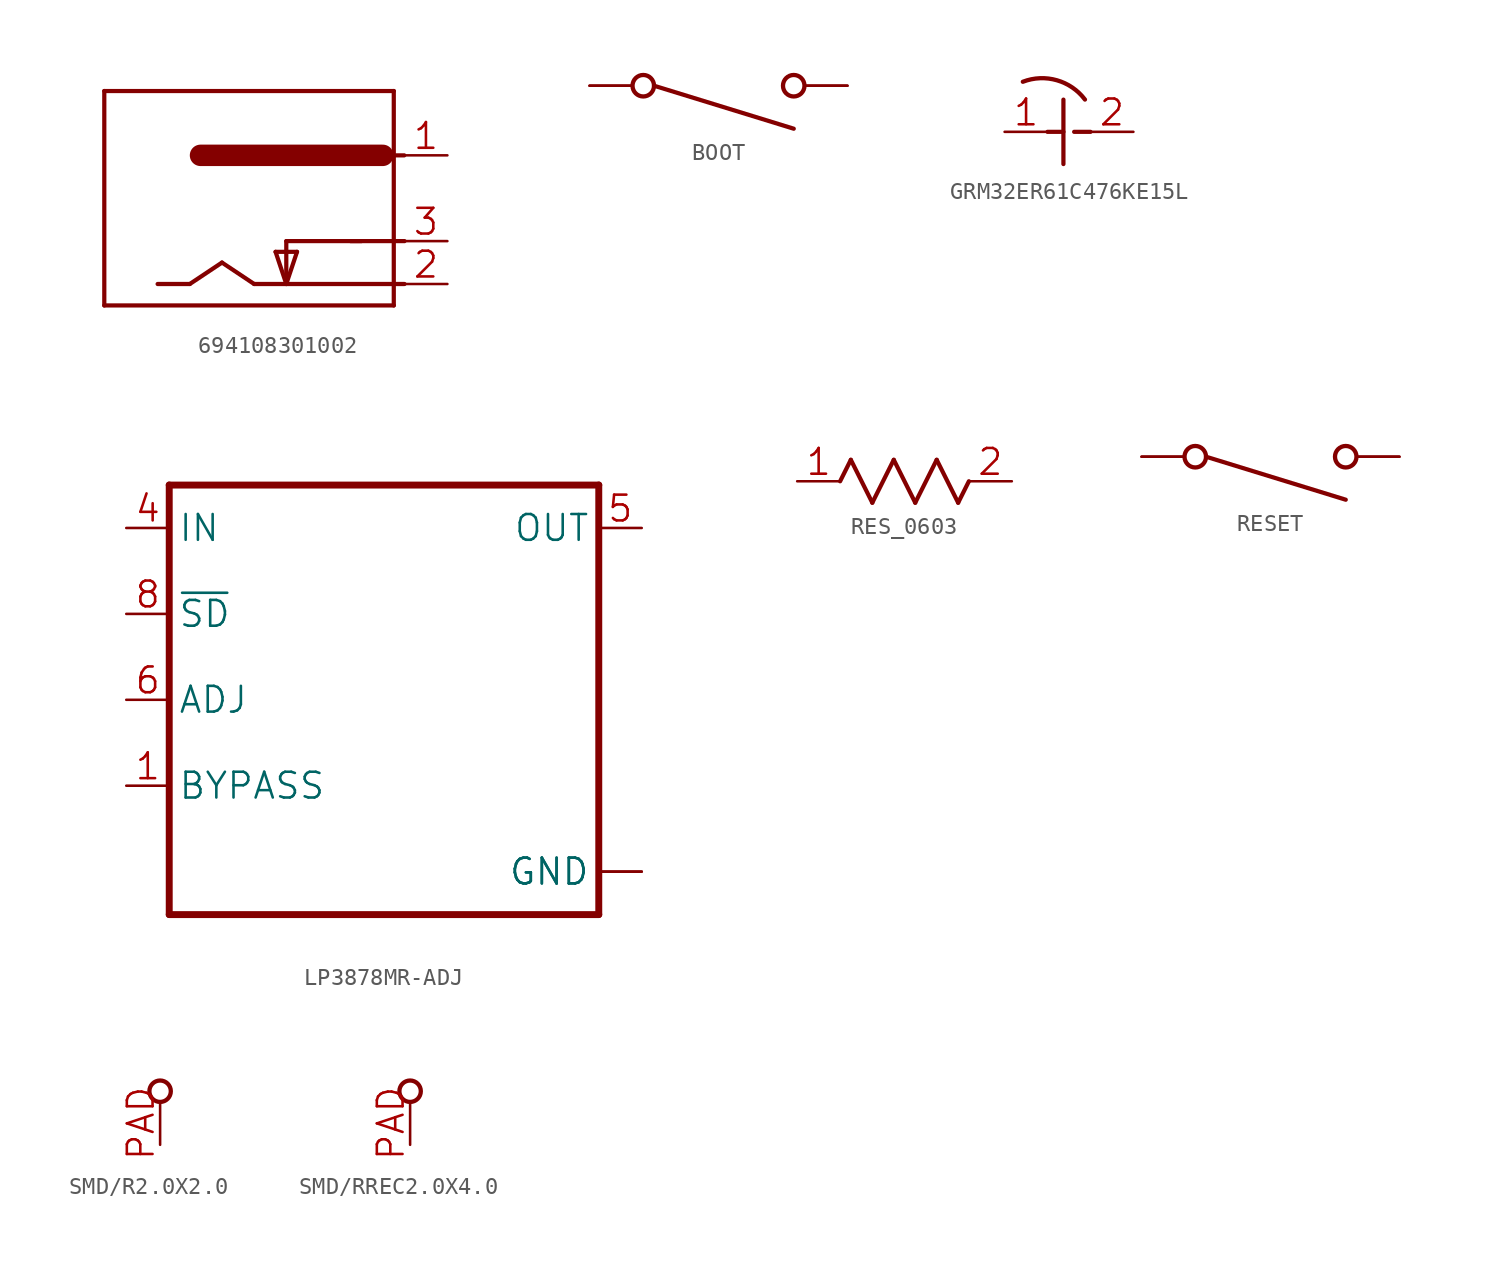
<source format=kicad_sym>
(kicad_symbol_lib
  (version 20241209)
  (generator "kicad_symbol_editor")
  (generator_version "9.0")
  (symbol "694108301002"
    (property "Reference" "J"
      (at 0 0 0)
      (effects (font (size 1.27 1.27)) (hide yes)))
    (property "ki_locked" ""
      (at 0 0 0)
      (effects (font (size 1.27 1.27))))
    (symbol "694108301002_1_0"
      (polyline (pts (xy -8.89 6.35) (xy 8.255 6.35)) (stroke (width 0.25) (type solid)) (fill (type none)))
      (polyline (pts (xy -8.89 -6.35) (xy -8.89 6.35)) (stroke (width 0.25) (type solid)) (fill (type none)))
      (polyline (pts (xy -3.826 -5.08) (xy -5.731 -5.08)) (stroke (width 0.25) (type solid)) (fill (type none)))
      (polyline (pts (xy -1.921 -3.81) (xy -3.826 -5.08)) (stroke (width 0.25) (type solid)) (fill (type none)))
      (polyline (pts (xy -0.016 -5.08) (xy -1.921 -3.81)) (stroke (width 0.25) (type solid)) (fill (type none)))
      (polyline (pts (xy 1.254 -3.175) (xy 2.524 -3.175)) (stroke (width 0.25) (type solid)) (fill (type none)))
      (polyline (pts (xy 1.889 -2.54) (xy 1.889 -5.08)) (stroke (width 0.25) (type solid)) (fill (type none)))
      (polyline (pts (xy 1.889 -5.08) (xy 1.254 -3.175)) (stroke (width 0.25) (type solid)) (fill (type none)))
      (polyline (pts (xy 2.524 -3.175) (xy 1.889 -5.08)) (stroke (width 0.25) (type solid)) (fill (type none)))
      (polyline (pts (xy 6.334 -2.54) (xy 1.889 -2.54)) (stroke (width 0.25) (type solid)) (fill (type none)))
      (polyline (pts (xy 7.604 2.54) (xy -3.191 2.54)) (stroke (width 1.27) (type solid)) (fill (type none)))
      (polyline (pts (xy 8.255 6.35) (xy 8.255 -6.35)) (stroke (width 0.25) (type solid)) (fill (type none)))
      (polyline (pts (xy 8.255 -6.35) (xy -8.89 -6.35)) (stroke (width 0.25) (type solid)) (fill (type none)))
      (polyline (pts (xy 8.874 2.54) (xy 8.239 2.54)) (stroke (width 0.25) (type solid)) (fill (type none)))
      (polyline (pts (xy 8.89 -2.54) (xy 5.699 -2.54)) (stroke (width 0.25) (type solid)) (fill (type none)))
      (polyline (pts (xy 8.89 -5.08) (xy -0.016 -5.08)) (stroke (width 0.25) (type solid)) (fill (type none)))
      (pin power_in line (at 11.43 2.54 180) (length 2.54) (name "1" (effects (font (size 0 0)))) (number "1" (effects (font (size 1.524 1.524)))))
      (pin power_in line (at 11.43 -2.54 180) (length 2.54) (name "3" (effects (font (size 0 0)))) (number "3" (effects (font (size 1.524 1.524)))))
      (pin power_in line (at 11.43 -5.08 180) (length 2.54) (name "2" (effects (font (size 0 0)))) (number "2" (effects (font (size 1.524 1.524)))))))
  (symbol "BOOT"
    (property "Reference" "S"
      (at 0 0 0)
      (effects (font (size 1.27 1.27)) (hide yes)))
    (property "ki_locked" ""
      (at 0 0 0)
      (effects (font (size 1.27 1.27))))
    (symbol "BOOT_1_0"
      (circle (center -4.445 0.013) (radius 0.635) (stroke (width 0.254) (type solid)) (fill (type none)))
      (polyline (pts (xy -3.81 0.013) (xy 4.445 -2.527)) (stroke (width 0.25) (type solid)) (fill (type none)))
      (circle (center 4.445 0.013) (radius 0.635) (stroke (width 0.254) (type solid)) (fill (type none)))
      (pin passive line (at -7.62 0.013 0) (length 2.54) (name "C1" (effects (font (size 0 0)))) (number "1" (effects (font (size 0 0)))))
      (pin passive line (at -7.62 0.013 0) (length 2.54) (name "C1" (effects (font (size 0 0)))) (number "4" (effects (font (size 0 0)))))
      (pin passive line (at 7.62 0.013 180) (length 2.54) (name "C2" (effects (font (size 0 0)))) (number "2" (effects (font (size 0 0)))))
      (pin passive line (at 7.62 0.013 180) (length 2.54) (name "C2" (effects (font (size 0 0)))) (number "3" (effects (font (size 0 0)))))))
  (symbol "GRM32ER61C476KE15L"
    (property "Reference" "C"
      (at 0 0 0)
      (effects (font (size 1.27 1.27)) (hide yes)))
    (property "ki_locked" ""
      (at 0 0 0)
      (effects (font (size 1.27 1.27))))
    (symbol "GRM32ER61C476KE15L_1_0"
      (arc (start -2.7303 2.963) (mid -0.7171 3.0519) (end 0.944 1.911) (stroke (width 0.254) (type solid)) (fill (type none)))
      (polyline (pts (xy -1.27 0) (xy -0.33 0)) (stroke (width 0.25) (type solid)) (fill (type none)))
      (polyline (pts (xy -0.33 -1.905) (xy -0.33 1.905)) (stroke (width 0.25) (type solid)) (fill (type none)))
      (polyline (pts (xy 0.305 0) (xy 1.27 0)) (stroke (width 0.25) (type solid)) (fill (type none)))
      (pin passive line (at -3.81 0 0) (length 2.54) (name "1" (effects (font (size 0 0)))) (number "1" (effects (font (size 1.524 1.524)))))
      (pin passive line (at 3.81 0 180) (length 2.54) (name "2" (effects (font (size 0 0)))) (number "2" (effects (font (size 1.524 1.524)))))))
  (symbol "LP3878MR-ADJ"
    (property "Reference" "U"
      (at 0 0 0)
      (effects (font (size 1.27 1.27)) (hide yes)))
    (property "ki_locked" ""
      (at 0 0 0)
      (effects (font (size 1.27 1.27))))
    (symbol "LP3878MR-ADJ_1_0"
      (polyline (pts (xy -12.7 12.7) (xy 12.7 12.7)) (stroke (width 0.41) (type solid)) (fill (type none)))
      (polyline (pts (xy -12.7 -12.7) (xy -12.7 12.7)) (stroke (width 0.41) (type solid)) (fill (type none)))
      (polyline (pts (xy 12.7 12.7) (xy 12.7 -12.7)) (stroke (width 0.41) (type solid)) (fill (type none)))
      (polyline (pts (xy 12.7 -12.7) (xy -12.7 -12.7)) (stroke (width 0.41) (type solid)) (fill (type none)))
      (pin input line (at -15.24 10.16 0) (length 2.54) (name "IN" (effects (font (size 1.524 1.524)))) (number "4" (effects (font (size 1.524 1.524)))))
      (pin bidirectional line (at -15.24 5.08 0) (length 2.54) (name "~{SD}" (effects (font (size 1.524 1.524)))) (number "8" (effects (font (size 1.524 1.524)))))
      (pin bidirectional line (at -15.24 0 0) (length 2.54) (name "ADJ" (effects (font (size 1.524 1.524)))) (number "6" (effects (font (size 1.524 1.524)))))
      (pin bidirectional line (at -15.24 -5.08 0) (length 2.54) (name "BYPASS" (effects (font (size 1.524 1.524)))) (number "1" (effects (font (size 1.524 1.524)))))
      (pin output line (at 15.24 10.16 180) (length 2.54) (name "OUT" (effects (font (size 1.524 1.524)))) (number "5" (effects (font (size 1.524 1.524)))))
      (pin power_in line (at 15.24 -10.16 180) (length 2.54) (name "GND" (effects (font (size 1.524 1.524)))) (number "3" (effects (font (size 0 0)))))
      (pin power_in line (at 15.24 -10.16 180) (length 2.54) (name "GND" (effects (font (size 1.524 1.524)))) (number "9" (effects (font (size 0 0)))))))
  (symbol "RES_0603"
    (property "Reference" "R"
      (at 0 0 0)
      (effects (font (size 1.27 1.27)) (hide yes)))
    (property "ki_locked" ""
      (at 0 0 0)
      (effects (font (size 1.27 1.27))))
    (symbol "RES_0603_1_0"
      (polyline (pts (xy -3.81 0) (xy -3.175 1.27)) (stroke (width 0.25) (type solid)) (fill (type none)))
      (polyline (pts (xy -3.175 1.27) (xy -1.905 -1.27)) (stroke (width 0.25) (type solid)) (fill (type none)))
      (polyline (pts (xy -1.905 -1.27) (xy -0.635 1.27)) (stroke (width 0.25) (type solid)) (fill (type none)))
      (polyline (pts (xy -0.635 1.27) (xy 0.635 -1.27)) (stroke (width 0.25) (type solid)) (fill (type none)))
      (polyline (pts (xy 0.635 -1.27) (xy 1.905 1.27)) (stroke (width 0.25) (type solid)) (fill (type none)))
      (polyline (pts (xy 1.905 1.27) (xy 3.175 -1.27)) (stroke (width 0.25) (type solid)) (fill (type none)))
      (polyline (pts (xy 3.175 -1.27) (xy 3.81 0)) (stroke (width 0.25) (type solid)) (fill (type none)))
      (pin passive line (at -6.35 0 0) (length 2.54) (name "1" (effects (font (size 0 0)))) (number "1" (effects (font (size 1.524 1.524)))))
      (pin passive line (at 6.35 0 180) (length 2.54) (name "2" (effects (font (size 0 0)))) (number "2" (effects (font (size 1.524 1.524)))))))
  (symbol "RESET"
    (property "Reference" "S"
      (at 0 0 0)
      (effects (font (size 1.27 1.27)) (hide yes)))
    (property "ki_locked" ""
      (at 0 0 0)
      (effects (font (size 1.27 1.27))))
    (symbol "RESET_1_0"
      (circle (center -4.445 0.013) (radius 0.635) (stroke (width 0.254) (type solid)) (fill (type none)))
      (polyline (pts (xy -3.81 0.013) (xy 4.445 -2.527)) (stroke (width 0.25) (type solid)) (fill (type none)))
      (circle (center 4.445 0.013) (radius 0.635) (stroke (width 0.254) (type solid)) (fill (type none)))
      (pin passive line (at -7.62 0.013 0) (length 2.54) (name "C1" (effects (font (size 0 0)))) (number "1" (effects (font (size 0 0)))))
      (pin passive line (at -7.62 0.013 0) (length 2.54) (name "C1" (effects (font (size 0 0)))) (number "4" (effects (font (size 0 0)))))
      (pin passive line (at 7.62 0.013 180) (length 2.54) (name "C2" (effects (font (size 0 0)))) (number "2" (effects (font (size 0 0)))))
      (pin passive line (at 7.62 0.013 180) (length 2.54) (name "C2" (effects (font (size 0 0)))) (number "3" (effects (font (size 0 0)))))))
  (symbol "SMD/R2.0X2.0"
    (property "Reference" "TP"
      (at 0 0 0)
      (effects (font (size 1.27 1.27)) (hide yes)))
    (property "ki_locked" ""
      (at 0 0 0)
      (effects (font (size 1.27 1.27))))
    (symbol "SMD/R2.0X2.0_1_0"
      (circle (center 0 0) (radius 0.635) (stroke (width 0.254) (type solid)) (fill (type none)))
      (pin passive line (at 0 -3.175 90) (length 2.54) (name "PAD" (effects (font (size 0 0)))) (number "PAD" (effects (font (size 1.524 1.524)))))))
  (symbol "SMD/RREC2.0X4.0"
    (property "Reference" "DOUT"
      (at 0 0 0)
      (effects (font (size 1.27 1.27)) (hide yes)))
    (property "ki_locked" ""
      (at 0 0 0)
      (effects (font (size 1.27 1.27))))
    (symbol "SMD/RREC2.0X4.0_1_0"
      (circle (center 0 0) (radius 0.635) (stroke (width 0.254) (type solid)) (fill (type none)))
      (pin passive line (at 0 -3.175 90) (length 2.54) (name "PAD" (effects (font (size 0 0)))) (number "PAD" (effects (font (size 1.524 1.524))))))))
</source>
